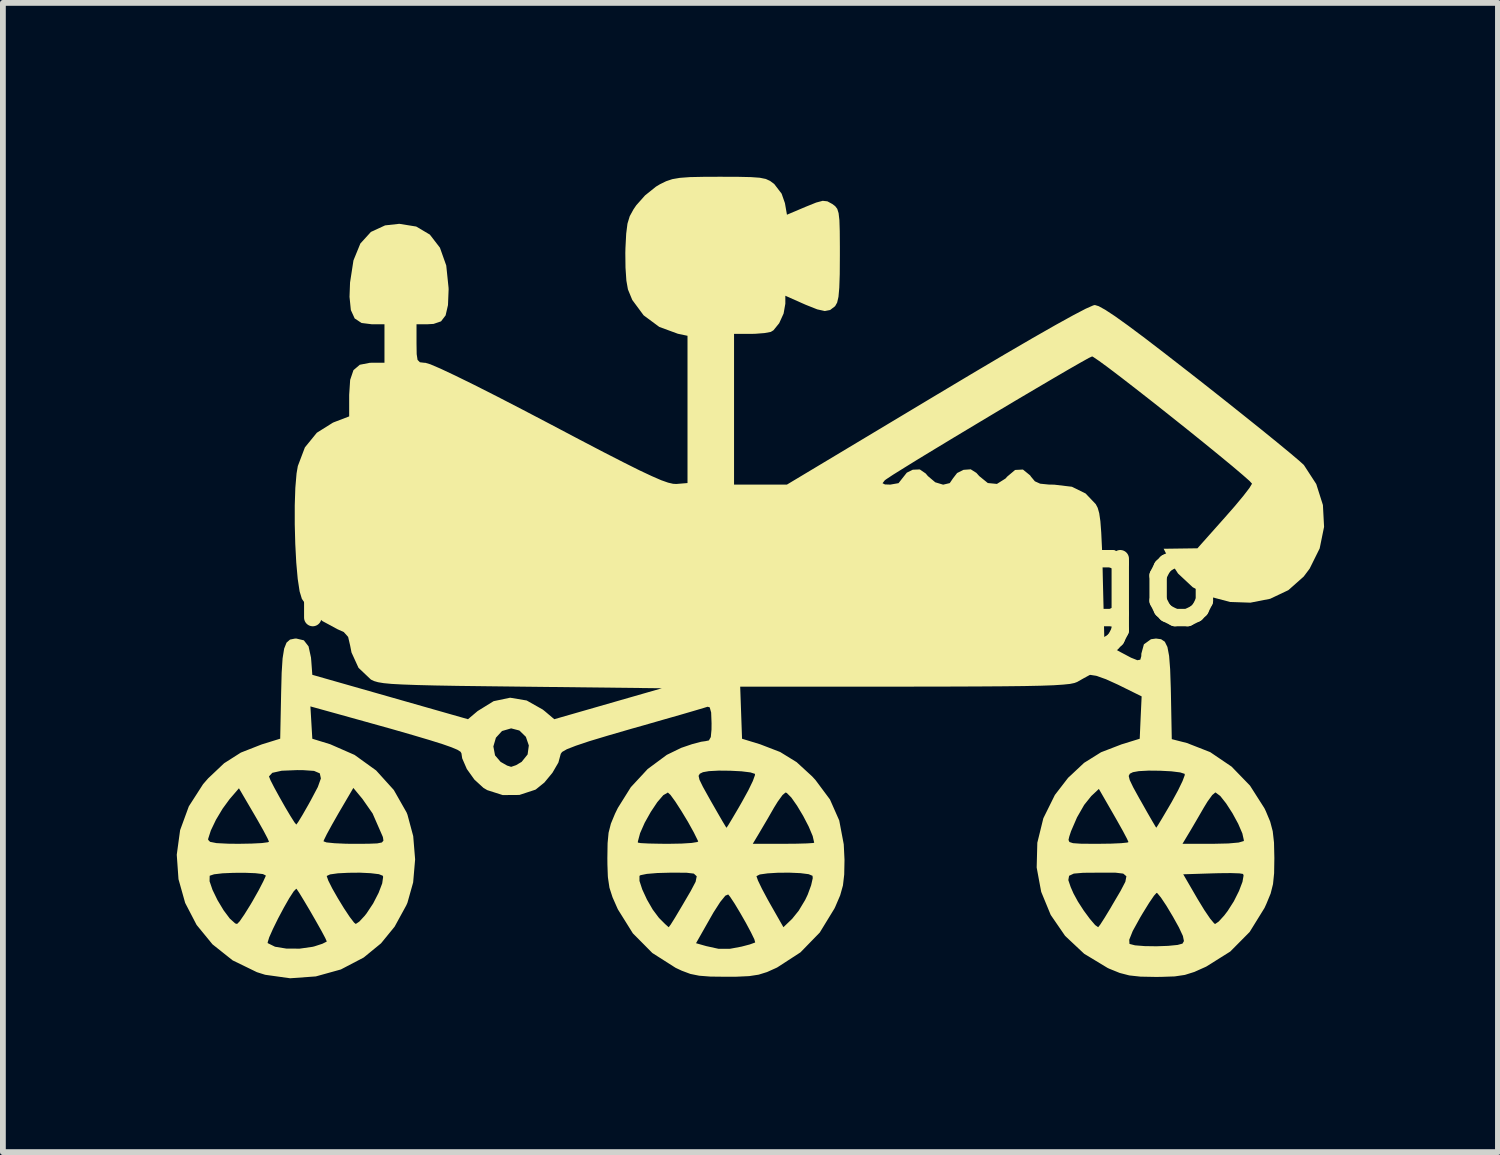
<source format=kicad_pcb>
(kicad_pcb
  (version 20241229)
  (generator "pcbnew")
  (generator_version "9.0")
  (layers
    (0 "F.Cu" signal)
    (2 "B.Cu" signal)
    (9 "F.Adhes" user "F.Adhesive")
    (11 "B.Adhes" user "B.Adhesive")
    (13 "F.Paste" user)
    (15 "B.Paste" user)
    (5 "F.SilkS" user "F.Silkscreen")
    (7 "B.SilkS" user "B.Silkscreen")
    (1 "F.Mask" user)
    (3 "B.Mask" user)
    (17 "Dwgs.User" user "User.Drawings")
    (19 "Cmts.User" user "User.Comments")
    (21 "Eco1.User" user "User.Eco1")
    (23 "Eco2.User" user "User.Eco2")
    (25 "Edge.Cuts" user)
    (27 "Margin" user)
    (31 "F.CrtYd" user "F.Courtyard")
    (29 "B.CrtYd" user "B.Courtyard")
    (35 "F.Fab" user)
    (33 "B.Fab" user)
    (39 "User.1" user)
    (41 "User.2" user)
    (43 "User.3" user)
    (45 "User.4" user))
  (footprint "IRIS_OLD_logo"
    (layer "F.Cu")
    (at 10.003 6.917)
    (property "Reference" "IRIS_OLD_logo" (at 0 0 0) (layer "F.SilkS") (effects (font (size 1.524 1.524) (thickness 0.3))))
    (attr board_only exclude_from_pos_files exclude_from_bom)
    (fp_poly (pts (xy -0.318 -6.916) (xy -0.095 -6.911) (xy 0.058 -6.9) (xy 0.161 -6.879) (xy 0.235 -6.845) (xy 0.3 -6.797) (xy 0.308 -6.79) (xy 0.434 -6.625) (xy 0.491 -6.462) (xy 0.526 -6.262) (xy 0.849 -6.399) (xy 1.03 -6.472) (xy 1.143 -6.502) (xy 1.224 -6.493) (xy 1.305 -6.449) (xy 1.306 -6.449) (xy 1.358 -6.41) (xy 1.394 -6.363) (xy 1.417 -6.289) (xy 1.431 -6.168) (xy 1.437 -5.981) (xy 1.439 -5.711) (xy 1.439 -5.564) (xy 1.437 -5.237) (xy 1.429 -5.003) (xy 1.415 -4.845) (xy 1.392 -4.746) (xy 1.358 -4.686) (xy 1.352 -4.68) (xy 1.271 -4.618) (xy 1.179 -4.6) (xy 1.048 -4.629) (xy 0.852 -4.707) (xy 0.804 -4.728) (xy 0.498 -4.864) (xy 0.498 -4.726) (xy 0.468 -4.557) (xy 0.392 -4.39) (xy 0.293 -4.268) (xy 0.247 -4.24) (xy 0.14 -4.22) (xy -0.028 -4.207) (xy -0.115 -4.206) (xy -0.387 -4.206) (xy -0.387 -1.605) (xy 0.525 -1.605) (xy 3.108 -3.154) (xy 3.739 -3.531) (xy 4.292 -3.858) (xy 4.766 -4.134) (xy 5.157 -4.357) (xy 5.463 -4.526) (xy 5.681 -4.64) (xy 5.81 -4.697) (xy 5.839 -4.704) (xy 5.905 -4.684) (xy 6.019 -4.621) (xy 6.186 -4.511) (xy 6.411 -4.35) (xy 6.703 -4.132) (xy 7.065 -3.854) (xy 7.505 -3.512) (xy 7.656 -3.394) (xy 8.034 -3.096) (xy 8.388 -2.814) (xy 8.709 -2.557) (xy 8.985 -2.333) (xy 9.206 -2.151) (xy 9.362 -2.019) (xy 9.443 -1.946) (xy 9.447 -1.941) (xy 9.659 -1.615) (xy 9.774 -1.253) (xy 9.794 -0.876) (xy 9.718 -0.504) (xy 9.545 -0.155) (xy 9.442 -0.018) (xy 9.178 0.216) (xy 8.864 0.365) (xy 8.523 0.432) (xy 8.172 0.42) (xy 7.834 0.331) (xy 7.528 0.166) (xy 7.274 -0.071) (xy 7.135 -0.284) (xy 7.026 -0.498) (xy 7.317 -0.502) (xy 7.609 -0.506) (xy 8.079 -1.034) (xy 8.257 -1.237) (xy 8.404 -1.414) (xy 8.506 -1.547) (xy 8.549 -1.618) (xy 8.55 -1.622) (xy 8.508 -1.668) (xy 8.391 -1.771) (xy 8.213 -1.922) (xy 7.985 -2.11) (xy 7.72 -2.326) (xy 7.432 -2.558) (xy 7.132 -2.797) (xy 6.834 -3.033) (xy 6.55 -3.255) (xy 6.293 -3.454) (xy 6.077 -3.618) (xy 5.912 -3.739) (xy 5.813 -3.806) (xy 5.792 -3.817) (xy 5.734 -3.79) (xy 5.596 -3.713) (xy 5.388 -3.594) (xy 5.124 -3.44) (xy 4.818 -3.26) (xy 4.481 -3.061) (xy 4.127 -2.85) (xy 3.768 -2.635) (xy 3.418 -2.425) (xy 3.089 -2.226) (xy 2.794 -2.047) (xy 2.547 -1.894) (xy 2.359 -1.777) (xy 2.244 -1.701) (xy 2.215 -1.68) (xy 2.175 -1.629) (xy 2.217 -1.608) (xy 2.309 -1.605) (xy 2.451 -1.63) (xy 2.518 -1.715) (xy 2.594 -1.811) (xy 2.697 -1.862) (xy 2.818 -1.867) (xy 2.92 -1.797) (xy 2.958 -1.752) (xy 3.085 -1.645) (xy 3.221 -1.604) (xy 3.335 -1.631) (xy 3.391 -1.713) (xy 3.462 -1.805) (xy 3.573 -1.86) (xy 3.697 -1.869) (xy 3.795 -1.807) (xy 3.844 -1.752) (xy 3.992 -1.632) (xy 4.149 -1.617) (xy 4.297 -1.71) (xy 4.326 -1.743) (xy 4.463 -1.858) (xy 4.598 -1.865) (xy 4.722 -1.764) (xy 4.736 -1.743) (xy 4.804 -1.662) (xy 4.895 -1.621) (xy 5.043 -1.606) (xy 5.139 -1.604) (xy 5.443 -1.568) (xy 5.679 -1.452) (xy 5.855 -1.267) (xy 5.888 -1.204) (xy 5.914 -1.112) (xy 5.934 -0.975) (xy 5.949 -0.777) (xy 5.962 -0.504) (xy 5.973 -0.14) (xy 5.976 -0.000113) (xy 6.004 1.134) (xy 6.281 1.285) (xy 6.464 1.382) (xy 6.572 1.425) (xy 6.623 1.416) (xy 6.64 1.355) (xy 6.641 1.312) (xy 6.685 1.151) (xy 6.807 1.063) (xy 6.894 1.051) (xy 6.982 1.063) (xy 7.046 1.106) (xy 7.091 1.197) (xy 7.12 1.35) (xy 7.138 1.581) (xy 7.149 1.904) (xy 7.151 1.992) (xy 7.166 2.787) (xy 7.428 2.854) (xy 7.829 3.011) (xy 8.198 3.261) (xy 8.516 3.589) (xy 8.764 3.978) (xy 8.789 4.03) (xy 8.864 4.209) (xy 8.908 4.376) (xy 8.93 4.571) (xy 8.936 4.836) (xy 8.936 4.842) (xy 8.932 5.1) (xy 8.913 5.288) (xy 8.872 5.451) (xy 8.799 5.628) (xy 8.766 5.7) (xy 8.51 6.114) (xy 8.175 6.452) (xy 7.762 6.711) (xy 7.747 6.718) (xy 7.555 6.804) (xy 7.392 6.855) (xy 7.217 6.881) (xy 6.987 6.889) (xy 6.89 6.89) (xy 6.627 6.885) (xy 6.433 6.864) (xy 6.267 6.821) (xy 6.087 6.748) (xy 6.059 6.735) (xy 5.654 6.49) (xy 5.396 6.248) (xy 6.432 6.248) (xy 6.436 6.319) (xy 6.439 6.321) (xy 6.532 6.345) (xy 6.698 6.358) (xy 6.901 6.361) (xy 7.102 6.354) (xy 7.266 6.338) (xy 7.351 6.315) (xy 7.376 6.271) (xy 7.358 6.183) (xy 7.289 6.035) (xy 7.185 5.848) (xy 7.073 5.661) (xy 6.979 5.52) (xy 6.917 5.445) (xy 6.904 5.439) (xy 6.859 5.489) (xy 6.775 5.612) (xy 6.667 5.787) (xy 6.62 5.866) (xy 6.492 6.098) (xy 6.432 6.248) (xy 5.396 6.248) (xy 5.325 6.181) (xy 5.077 5.82) (xy 4.913 5.422) (xy 4.875 5.219) (xy 5.381 5.219) (xy 5.422 5.34) (xy 5.471 5.451) (xy 5.546 5.589) (xy 5.647 5.745) (xy 5.754 5.89) (xy 5.844 5.995) (xy 5.896 6.032) (xy 5.931 5.988) (xy 6.007 5.87) (xy 6.109 5.702) (xy 6.14 5.648) (xy 6.282 5.407) (xy 6.365 5.248) (xy 6.383 5.153) (xy 6.343 5.119) (xy 7.364 5.119) (xy 7.613 5.548) (xy 7.729 5.738) (xy 7.829 5.885) (xy 7.898 5.967) (xy 7.915 5.976) (xy 7.975 5.935) (xy 8.071 5.83) (xy 8.131 5.751) (xy 8.237 5.585) (xy 8.326 5.407) (xy 8.386 5.249) (xy 8.405 5.14) (xy 8.396 5.113) (xy 8.333 5.103) (xy 8.185 5.098) (xy 7.98 5.1) (xy 7.867 5.103) (xy 7.364 5.119) (xy 6.343 5.119) (xy 6.328 5.107) (xy 6.194 5.091) (xy 5.973 5.091) (xy 5.899 5.091) (xy 5.639 5.093) (xy 5.475 5.107) (xy 5.394 5.145) (xy 5.381 5.219) (xy 4.875 5.219) (xy 4.835 5.002) (xy 4.846 4.574) (xy 4.858 4.526) (xy 5.384 4.526) (xy 5.4 4.562) (xy 5.462 4.582) (xy 5.592 4.591) (xy 5.807 4.593) (xy 5.89 4.593) (xy 7.351 4.593) (xy 7.881 4.593) (xy 8.141 4.587) (xy 8.32 4.571) (xy 8.406 4.546) (xy 8.411 4.536) (xy 8.384 4.414) (xy 8.312 4.247) (xy 8.213 4.065) (xy 8.104 3.896) (xy 8.003 3.768) (xy 7.924 3.709) (xy 7.916 3.708) (xy 7.864 3.752) (xy 7.782 3.865) (xy 7.718 3.97) (xy 7.608 4.16) (xy 7.501 4.343) (xy 7.459 4.413) (xy 7.351 4.593) (xy 5.89 4.593) (xy 6.117 4.59) (xy 6.295 4.582) (xy 6.4 4.571) (xy 6.419 4.563) (xy 6.393 4.505) (xy 6.324 4.374) (xy 6.223 4.194) (xy 6.163 4.089) (xy 5.908 3.646) (xy 5.777 3.769) (xy 5.655 3.921) (xy 5.531 4.137) (xy 5.428 4.375) (xy 5.397 4.469) (xy 5.384 4.526) (xy 4.858 4.526) (xy 4.95 4.152) (xy 5.149 3.75) (xy 5.378 3.453) (xy 5.412 3.422) (xy 6.423 3.422) (xy 6.441 3.494) (xy 6.501 3.619) (xy 6.61 3.817) (xy 6.634 3.858) (xy 6.745 4.055) (xy 6.834 4.209) (xy 6.888 4.3) (xy 6.899 4.315) (xy 6.928 4.271) (xy 7 4.152) (xy 7.102 3.979) (xy 7.166 3.869) (xy 7.274 3.671) (xy 7.352 3.51) (xy 7.39 3.408) (xy 7.389 3.386) (xy 7.311 3.361) (xy 7.158 3.342) (xy 6.964 3.332) (xy 6.766 3.33) (xy 6.597 3.339) (xy 6.496 3.357) (xy 6.443 3.383) (xy 6.423 3.422) (xy 5.412 3.422) (xy 5.653 3.196) (xy 5.946 3.013) (xy 6.299 2.877) (xy 6.613 2.78) (xy 6.629 2.414) (xy 6.646 2.049) (xy 6.235 1.846) (xy 6.03 1.753) (xy 5.863 1.694) (xy 5.76 1.678) (xy 5.748 1.681) (xy 5.645 1.737) (xy 5.534 1.8) (xy 5.487 1.818) (xy 5.41 1.834) (xy 5.293 1.846) (xy 5.129 1.857) (xy 4.907 1.865) (xy 4.62 1.871) (xy 4.258 1.875) (xy 3.813 1.878) (xy 3.276 1.88) (xy 2.638 1.881) (xy 2.557 1.881) (xy -0.281 1.881) (xy -0.265 2.331) (xy -0.249 2.78) (xy 0.064 2.876) (xy 0.409 3.009) (xy 0.693 3.184) (xy 0.961 3.43) (xy 1.018 3.492) (xy 1.268 3.828) (xy 1.428 4.19) (xy 1.506 4.602) (xy 1.519 4.87) (xy 1.514 5.123) (xy 1.492 5.312) (xy 1.444 5.483) (xy 1.359 5.681) (xy 1.344 5.712) (xy 1.092 6.124) (xy 0.759 6.466) (xy 0.36 6.725) (xy 0.344 6.733) (xy 0.182 6.806) (xy 0.037 6.851) (xy -0.126 6.876) (xy -0.342 6.886) (xy -0.526 6.887) (xy -0.795 6.884) (xy -0.988 6.869) (xy -1.141 6.838) (xy -1.288 6.783) (xy -1.395 6.733) (xy -1.797 6.477) (xy -1.964 6.308) (xy -1.043 6.308) (xy -0.867 6.358) (xy -0.653 6.405) (xy -0.455 6.404) (xy -0.258 6.367) (xy -0.117 6.33) (xy -0.031 6.299) (xy -0.022 6.294) (xy -0.037 6.24) (xy -0.096 6.119) (xy -0.182 5.958) (xy -0.281 5.785) (xy -0.377 5.625) (xy -0.455 5.507) (xy -0.488 5.467) (xy -0.537 5.488) (xy -0.625 5.596) (xy -0.742 5.778) (xy -0.79 5.862) (xy -1.043 6.308) (xy -1.964 6.308) (xy -2.133 6.138) (xy -2.389 5.728) (xy -2.397 5.712) (xy -2.484 5.515) (xy -2.537 5.35) (xy -2.563 5.175) (xy -2.565 5.146) (xy -2.019 5.146) (xy -2.019 5.233) (xy -1.971 5.38) (xy -1.89 5.555) (xy -1.79 5.728) (xy -1.686 5.867) (xy -1.674 5.88) (xy -1.577 5.977) (xy -1.519 6.029) (xy -1.514 6.032) (xy -1.481 5.988) (xy -1.407 5.87) (xy -1.307 5.702) (xy -1.275 5.648) (xy -1.134 5.407) (xy -1.05 5.248) (xy -1.031 5.153) (xy -1.031 5.153) (xy 0 5.153) (xy 0.026 5.227) (xy 0.095 5.37) (xy 0.194 5.555) (xy 0.232 5.623) (xy 0.465 6.032) (xy 0.616 5.887) (xy 0.728 5.748) (xy 0.84 5.562) (xy 0.884 5.47) (xy 0.943 5.309) (xy 0.971 5.186) (xy 0.967 5.145) (xy 0.9 5.117) (xy 0.758 5.099) (xy 0.572 5.091) (xy 0.373 5.092) (xy 0.192 5.103) (xy 0.057 5.122) (xy 0.00027 5.151) (xy 0 5.153) (xy -1.031 5.153) (xy -1.081 5.107) (xy -1.208 5.092) (xy -1.418 5.091) (xy -1.485 5.091) (xy -1.71 5.097) (xy -1.891 5.112) (xy -2 5.134) (xy -2.019 5.146) (xy -2.565 5.146) (xy -2.572 4.948) (xy -2.573 4.841) (xy -2.569 4.587) (xy -2.568 4.572) (xy -2.047 4.572) (xy -1.996 4.581) (xy -1.858 4.588) (xy -1.657 4.592) (xy -1.517 4.593) (xy -0.064 4.593) (xy 0.466 4.593) (xy 0.693 4.591) (xy 0.871 4.586) (xy 0.977 4.579) (xy 0.996 4.574) (xy 0.97 4.459) (xy 0.901 4.295) (xy 0.806 4.112) (xy 0.7 3.935) (xy 0.601 3.794) (xy 0.522 3.715) (xy 0.501 3.708) (xy 0.449 3.752) (xy 0.367 3.865) (xy 0.302 3.97) (xy 0.193 4.16) (xy 0.085 4.343) (xy 0.044 4.413) (xy -0.064 4.593) (xy -1.517 4.593) (xy -1.293 4.589) (xy -1.119 4.578) (xy -1.02 4.562) (xy -1.005 4.551) (xy -1.082 4.395) (xy -1.184 4.211) (xy -1.296 4.026) (xy -1.401 3.863) (xy -1.484 3.749) (xy -1.529 3.708) (xy -1.608 3.754) (xy -1.712 3.875) (xy -1.824 4.043) (xy -1.929 4.23) (xy -2.008 4.409) (xy -2.046 4.551) (xy -2.047 4.572) (xy -2.568 4.572) (xy -2.552 4.402) (xy -2.512 4.245) (xy -2.441 4.074) (xy -2.392 3.974) (xy -2.168 3.616) (xy -1.986 3.42) (xy -0.999 3.42) (xy -0.983 3.489) (xy -0.924 3.61) (xy -0.817 3.802) (xy -0.785 3.859) (xy -0.672 4.056) (xy -0.583 4.21) (xy -0.528 4.301) (xy -0.517 4.316) (xy -0.487 4.272) (xy -0.415 4.152) (xy -0.313 3.979) (xy -0.25 3.869) (xy -0.141 3.671) (xy -0.063 3.51) (xy -0.026 3.408) (xy -0.026 3.386) (xy -0.104 3.361) (xy -0.258 3.342) (xy -0.451 3.332) (xy -0.651 3.33) (xy -0.821 3.339) (xy -0.923 3.357) (xy -0.977 3.383) (xy -0.999 3.42) (xy -1.986 3.42) (xy -1.878 3.303) (xy -1.547 3.058) (xy -1.298 2.937) (xy -1.113 2.874) (xy -0.955 2.832) (xy -0.883 2.822) (xy -0.821 2.809) (xy -0.788 2.751) (xy -0.776 2.623) (xy -0.775 2.512) (xy -0.782 2.327) (xy -0.807 2.238) (xy -0.844 2.228) (xy -0.915 2.25) (xy -1.077 2.298) (xy -1.313 2.367) (xy -1.608 2.451) (xy -1.945 2.548) (xy -2.144 2.604) (xy -2.564 2.726) (xy -2.886 2.823) (xy -3.118 2.901) (xy -3.272 2.961) (xy -3.354 3.008) (xy -3.377 3.04) (xy -3.418 3.191) (xy -3.521 3.368) (xy -3.66 3.536) (xy -3.806 3.654) (xy -3.817 3.66) (xy -4.091 3.75) (xy -4.379 3.752) (xy -4.645 3.667) (xy -4.711 3.628) (xy -4.867 3.485) (xy -4.998 3.302) (xy -5.078 3.118) (xy -5.091 3.031) (xy -5.107 3.004) (xy -5.161 2.97) (xy -5.261 2.928) (xy -5.303 2.913) (xy -4.54 2.913) (xy -4.511 3.067) (xy -4.415 3.179) (xy -4.303 3.243) (xy -4.233 3.265) (xy -4.148 3.236) (xy -4.052 3.179) (xy -3.949 3.051) (xy -3.928 2.896) (xy -3.979 2.747) (xy -4.091 2.638) (xy -4.233 2.601) (xy -4.391 2.647) (xy -4.496 2.762) (xy -4.54 2.913) (xy -5.303 2.913) (xy -5.417 2.873) (xy -5.637 2.804) (xy -5.93 2.717) (xy -6.305 2.609) (xy -6.771 2.479) (xy -7.238 2.349) (xy -7.697 2.222) (xy -7.664 2.78) (xy -7.355 2.875) (xy -6.935 3.059) (xy -6.563 3.327) (xy -6.258 3.664) (xy -6.038 4.051) (xy -6.022 4.091) (xy -5.923 4.46) (xy -5.89 4.862) (xy -5.924 5.259) (xy -6.023 5.611) (xy -6.043 5.656) (xy -6.244 6.023) (xy -6.478 6.31) (xy -6.771 6.55) (xy -6.779 6.556) (xy -7.171 6.761) (xy -7.603 6.881) (xy -8.047 6.913) (xy -8.477 6.853) (xy -8.62 6.808) (xy -9.039 6.604) (xy -9.387 6.327) (xy -9.413 6.295) (xy -8.435 6.295) (xy -8.433 6.307) (xy -8.307 6.369) (xy -8.111 6.401) (xy -7.882 6.402) (xy -7.657 6.37) (xy -7.623 6.361) (xy -7.491 6.318) (xy -7.419 6.282) (xy -7.415 6.276) (xy -7.441 6.218) (xy -7.507 6.094) (xy -7.6 5.929) (xy -7.704 5.748) (xy -7.805 5.578) (xy -7.886 5.445) (xy -7.934 5.373) (xy -7.941 5.368) (xy -7.985 5.413) (xy -8.062 5.531) (xy -8.156 5.696) (xy -8.255 5.882) (xy -8.343 6.061) (xy -8.408 6.207) (xy -8.435 6.295) (xy -9.413 6.295) (xy -9.661 5.992) (xy -9.858 5.613) (xy -9.963 5.239) (xy -9.437 5.239) (xy -9.386 5.388) (xy -9.3 5.565) (xy -9.194 5.741) (xy -9.087 5.884) (xy -8.994 5.967) (xy -8.962 5.976) (xy -8.919 5.932) (xy -8.837 5.813) (xy -8.731 5.643) (xy -8.695 5.582) (xy -8.589 5.394) (xy -8.51 5.241) (xy -8.469 5.151) (xy -7.415 5.151) (xy -7.388 5.228) (xy -7.319 5.365) (xy -7.223 5.533) (xy -7.118 5.705) (xy -7.019 5.854) (xy -6.944 5.952) (xy -6.914 5.976) (xy -6.854 5.936) (xy -6.761 5.836) (xy -6.728 5.794) (xy -6.614 5.622) (xy -6.52 5.439) (xy -6.458 5.276) (xy -6.442 5.164) (xy -6.448 5.144) (xy -6.515 5.117) (xy -6.657 5.1) (xy -6.842 5.091) (xy -7.041 5.093) (xy -7.223 5.102) (xy -7.358 5.121) (xy -7.415 5.148) (xy -7.415 5.151) (xy -8.469 5.151) (xy -8.469 5.151) (xy -8.467 5.139) (xy -8.517 5.115) (xy -8.647 5.1) (xy -8.826 5.093) (xy -9.025 5.094) (xy -9.213 5.102) (xy -9.359 5.119) (xy -9.432 5.143) (xy -9.435 5.146) (xy -9.437 5.239) (xy -9.963 5.239) (xy -9.973 5.205) (xy -10.003 4.782) (xy -9.968 4.524) (xy -9.462 4.524) (xy -9.428 4.559) (xy -9.317 4.581) (xy -9.117 4.591) (xy -8.937 4.593) (xy -8.711 4.589) (xy -8.534 4.58) (xy -8.429 4.566) (xy -8.411 4.556) (xy -8.414 4.55) (xy -7.471 4.55) (xy -7.419 4.569) (xy -7.281 4.583) (xy -7.08 4.592) (xy -6.941 4.593) (xy -6.697 4.592) (xy -6.544 4.586) (xy -6.464 4.57) (xy -6.437 4.539) (xy -6.444 4.488) (xy -6.449 4.469) (xy -6.624 4.069) (xy -6.8 3.817) (xy -6.956 3.629) (xy -7.214 4.069) (xy -7.326 4.266) (xy -7.414 4.427) (xy -7.464 4.529) (xy -7.471 4.55) (xy -8.414 4.55) (xy -8.438 4.496) (xy -8.508 4.363) (xy -8.61 4.182) (xy -8.671 4.077) (xy -8.93 3.635) (xy -9.092 3.823) (xy -9.212 3.987) (xy -9.327 4.179) (xy -9.415 4.363) (xy -9.46 4.503) (xy -9.462 4.524) (xy -9.968 4.524) (xy -9.945 4.357) (xy -9.795 3.947) (xy -9.549 3.564) (xy -9.461 3.463) (xy -9.428 3.432) (xy -8.411 3.432) (xy -8.386 3.495) (xy -8.321 3.622) (xy -8.231 3.786) (xy -8.133 3.959) (xy -8.041 4.114) (xy -7.971 4.224) (xy -7.94 4.261) (xy -7.907 4.216) (xy -7.834 4.096) (xy -7.735 3.923) (xy -7.689 3.84) (xy -7.569 3.613) (xy -7.516 3.465) (xy -7.535 3.377) (xy -7.634 3.335) (xy -7.821 3.322) (xy -7.923 3.321) (xy -8.192 3.332) (xy -8.354 3.368) (xy -8.411 3.429) (xy -8.411 3.432) (xy -9.428 3.432) (xy -9.186 3.203) (xy -8.897 3.019) (xy -8.548 2.882) (xy -8.531 2.876) (xy -8.218 2.779) (xy -8.202 1.988) (xy -8.193 1.643) (xy -8.177 1.394) (xy -8.15 1.225) (xy -8.109 1.122) (xy -8.049 1.069) (xy -7.965 1.052) (xy -7.941 1.051) (xy -7.81 1.082) (xy -7.729 1.186) (xy -7.687 1.378) (xy -7.682 1.435) (xy -7.664 1.677) (xy -6.321 2.06) (xy -4.978 2.443) (xy -4.811 2.302) (xy -4.536 2.132) (xy -4.251 2.072) (xy -3.965 2.12) (xy -3.687 2.277) (xy -3.652 2.305) (xy -3.489 2.443) (xy -1.632 1.909) (xy -4.07 1.881) (xy -4.658 1.874) (xy -5.146 1.868) (xy -5.543 1.861) (xy -5.86 1.853) (xy -6.107 1.844) (xy -6.294 1.834) (xy -6.431 1.821) (xy -6.528 1.805) (xy -6.595 1.786) (xy -6.643 1.764) (xy -6.656 1.756) (xy -6.867 1.556) (xy -6.988 1.291) (xy -7.011 1.173) (xy -7.046 1.023) (xy -7.121 0.939) (xy -7.228 0.891) (xy -7.491 0.749) (xy -7.721 0.542) (xy -7.844 0.367) (xy -7.883 0.238) (xy -7.916 0.021) (xy -7.941 -0.259) (xy -7.958 -0.579) (xy -7.967 -0.917) (xy -7.967 -1.248) (xy -7.957 -1.549) (xy -7.936 -1.797) (xy -7.914 -1.925) (xy -7.792 -2.247) (xy -7.586 -2.5) (xy -7.307 -2.675) (xy -7.274 -2.688) (xy -7.028 -2.782) (xy -7.028 -3.153) (xy -7.011 -3.412) (xy -6.954 -3.58) (xy -6.845 -3.673) (xy -6.671 -3.707) (xy -6.622 -3.708) (xy -6.419 -3.708) (xy -6.419 -4.372) (xy -6.639 -4.372) (xy -6.815 -4.394) (xy -6.933 -4.472) (xy -6.999 -4.617) (xy -7.022 -4.845) (xy -7.013 -5.092) (xy -6.954 -5.474) (xy -6.835 -5.765) (xy -6.653 -5.965) (xy -6.408 -6.078) (xy -6.163 -6.105) (xy -5.871 -6.058) (xy -5.636 -5.919) (xy -5.462 -5.693) (xy -5.353 -5.386) (xy -5.313 -5.001) (xy -5.312 -4.973) (xy -5.323 -4.703) (xy -5.364 -4.525) (xy -5.443 -4.422) (xy -5.572 -4.378) (xy -5.676 -4.372) (xy -5.866 -4.372) (xy -5.866 -4.04) (xy -5.863 -3.856) (xy -5.848 -3.757) (xy -5.807 -3.716) (xy -5.73 -3.707) (xy -5.714 -3.707) (xy -5.627 -3.681) (xy -5.452 -3.606) (xy -5.197 -3.486) (xy -4.869 -3.325) (xy -4.478 -3.127) (xy -4.031 -2.896) (xy -3.569 -2.654) (xy -3.059 -2.385) (xy -2.636 -2.164) (xy -2.292 -1.988) (xy -2.018 -1.851) (xy -1.805 -1.751) (xy -1.644 -1.681) (xy -1.525 -1.639) (xy -1.439 -1.619) (xy -1.383 -1.616) (xy -1.19 -1.632) (xy -1.19 -4.173) (xy -1.356 -4.208) (xy -1.677 -4.326) (xy -1.947 -4.526) (xy -2.143 -4.791) (xy -2.218 -4.973) (xy -2.245 -5.126) (xy -2.26 -5.349) (xy -2.263 -5.602) (xy -2.261 -5.685) (xy -2.248 -5.935) (xy -2.226 -6.108) (xy -2.187 -6.236) (xy -2.123 -6.353) (xy -2.075 -6.424) (xy -1.923 -6.595) (xy -1.735 -6.746) (xy -1.665 -6.788) (xy -1.559 -6.84) (xy -1.452 -6.876) (xy -1.323 -6.898) (xy -1.149 -6.911) (xy -0.906 -6.916) (xy -0.631 -6.917)) (stroke (width 0) (type solid)) (fill yes) (layer "F.SilkS")))
  (gr_rect
    (start -3 -3)
    (end 22.797 16.83)
    (stroke (width 0.1) (type default))
    (fill no)
    (layer "Edge.Cuts")))
</source>
